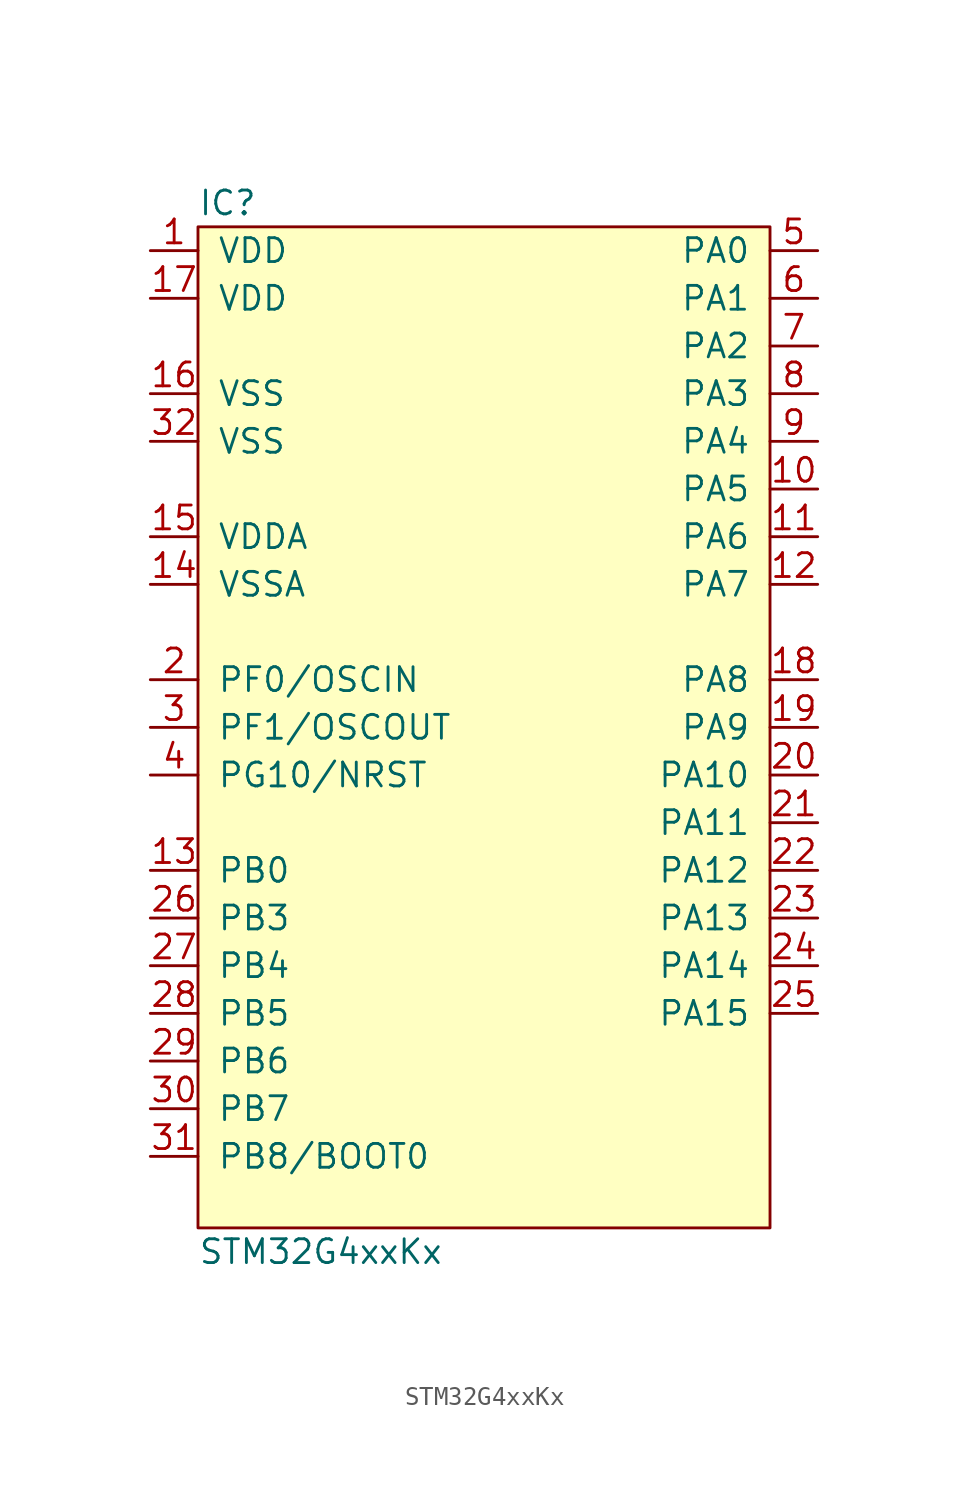
<source format=kicad_sym>
(kicad_symbol_lib
  (version 20211014)
  (generator agg_kicad.build_lib_ic)
  (symbol "STM32G4xxKx"
    (pin_names
      (offset 1.016))
    (property Reference IC
      (at -15.24 27.94 0)
      (effects (font (size 1.27 1.27)) (justify left)))
    (property Value "STM32G4xxKx"
      (at -15.24 -27.94 0)
      (effects (font (size 1.27 1.27)) (justify left)))
    (symbol "STM32G4xxKx_0_0"
      (rectangle (start -15.24 26.67) (end 15.24 -26.67) (stroke (width 0) (type default) (color 0 0 0 0)) (fill (type background)))
      (pin power_in line (at -17.78 25.4 0) (length 2.54) (name VDD (effects (font (size 1.27 1.27)))) (number "1" (effects (font (size 1.27 1.27)))))
      (pin power_in line (at -17.78 22.86 0) (length 2.54) (name VDD (effects (font (size 1.27 1.27)))) (number "17" (effects (font (size 1.27 1.27)))))
      (pin power_in line (at -17.78 17.78 0) (length 2.54) (name VSS (effects (font (size 1.27 1.27)))) (number "16" (effects (font (size 1.27 1.27)))))
      (pin power_in line (at -17.78 15.24 0) (length 2.54) (name VSS (effects (font (size 1.27 1.27)))) (number "32" (effects (font (size 1.27 1.27)))))
      (pin power_in line (at -17.78 10.16 0) (length 2.54) (name VDDA (effects (font (size 1.27 1.27)))) (number "15" (effects (font (size 1.27 1.27)))))
      (pin power_in line (at -17.78 7.62 0) (length 2.54) (name VSSA (effects (font (size 1.27 1.27)))) (number "14" (effects (font (size 1.27 1.27)))))
      (pin bidirectional line (at -17.78 2.54 0) (length 2.54) (name "PF0/OSCIN" (effects (font (size 1.27 1.27)))) (number "2" (effects (font (size 1.27 1.27)))))
      (pin bidirectional line (at -17.78 0 0) (length 2.54) (name "PF1/OSCOUT" (effects (font (size 1.27 1.27)))) (number "3" (effects (font (size 1.27 1.27)))))
      (pin bidirectional line (at -17.78 -2.54 0) (length 2.54) (name "PG10/NRST" (effects (font (size 1.27 1.27)))) (number "4" (effects (font (size 1.27 1.27)))))
      (pin bidirectional line (at -17.78 -7.62 0) (length 2.54) (name "PB0" (effects (font (size 1.27 1.27)))) (number "13" (effects (font (size 1.27 1.27)))))
      (pin bidirectional line (at -17.78 -10.16 0) (length 2.54) (name "PB3" (effects (font (size 1.27 1.27)))) (number "26" (effects (font (size 1.27 1.27)))))
      (pin bidirectional line (at -17.78 -12.7 0) (length 2.54) (name "PB4" (effects (font (size 1.27 1.27)))) (number "27" (effects (font (size 1.27 1.27)))))
      (pin bidirectional line (at -17.78 -15.24 0) (length 2.54) (name "PB5" (effects (font (size 1.27 1.27)))) (number "28" (effects (font (size 1.27 1.27)))))
      (pin bidirectional line (at -17.78 -17.78 0) (length 2.54) (name "PB6" (effects (font (size 1.27 1.27)))) (number "29" (effects (font (size 1.27 1.27)))))
      (pin bidirectional line (at -17.78 -20.32 0) (length 2.54) (name "PB7" (effects (font (size 1.27 1.27)))) (number "30" (effects (font (size 1.27 1.27)))))
      (pin bidirectional line (at -17.78 -22.86 0) (length 2.54) (name "PB8/BOOT0" (effects (font (size 1.27 1.27)))) (number "31" (effects (font (size 1.27 1.27)))))
      (pin bidirectional line (at 17.78 25.4 180) (length 2.54) (name "PA0" (effects (font (size 1.27 1.27)))) (number "5" (effects (font (size 1.27 1.27)))))
      (pin bidirectional line (at 17.78 22.86 180) (length 2.54) (name "PA1" (effects (font (size 1.27 1.27)))) (number "6" (effects (font (size 1.27 1.27)))))
      (pin bidirectional line (at 17.78 20.32 180) (length 2.54) (name "PA2" (effects (font (size 1.27 1.27)))) (number "7" (effects (font (size 1.27 1.27)))))
      (pin bidirectional line (at 17.78 17.78 180) (length 2.54) (name "PA3" (effects (font (size 1.27 1.27)))) (number "8" (effects (font (size 1.27 1.27)))))
      (pin bidirectional line (at 17.78 15.24 180) (length 2.54) (name "PA4" (effects (font (size 1.27 1.27)))) (number "9" (effects (font (size 1.27 1.27)))))
      (pin bidirectional line (at 17.78 12.7 180) (length 2.54) (name "PA5" (effects (font (size 1.27 1.27)))) (number "10" (effects (font (size 1.27 1.27)))))
      (pin bidirectional line (at 17.78 10.16 180) (length 2.54) (name "PA6" (effects (font (size 1.27 1.27)))) (number "11" (effects (font (size 1.27 1.27)))))
      (pin bidirectional line (at 17.78 7.62 180) (length 2.54) (name "PA7" (effects (font (size 1.27 1.27)))) (number "12" (effects (font (size 1.27 1.27)))))
      (pin bidirectional line (at 17.78 2.54 180) (length 2.54) (name "PA8" (effects (font (size 1.27 1.27)))) (number "18" (effects (font (size 1.27 1.27)))))
      (pin bidirectional line (at 17.78 0 180) (length 2.54) (name "PA9" (effects (font (size 1.27 1.27)))) (number "19" (effects (font (size 1.27 1.27)))))
      (pin bidirectional line (at 17.78 -2.54 180) (length 2.54) (name "PA10" (effects (font (size 1.27 1.27)))) (number "20" (effects (font (size 1.27 1.27)))))
      (pin bidirectional line (at 17.78 -5.08 180) (length 2.54) (name "PA11" (effects (font (size 1.27 1.27)))) (number "21" (effects (font (size 1.27 1.27)))))
      (pin bidirectional line (at 17.78 -7.62 180) (length 2.54) (name "PA12" (effects (font (size 1.27 1.27)))) (number "22" (effects (font (size 1.27 1.27)))))
      (pin bidirectional line (at 17.78 -10.16 180) (length 2.54) (name "PA13" (effects (font (size 1.27 1.27)))) (number "23" (effects (font (size 1.27 1.27)))))
      (pin bidirectional line (at 17.78 -12.7 180) (length 2.54) (name "PA14" (effects (font (size 1.27 1.27)))) (number "24" (effects (font (size 1.27 1.27)))))
      (pin bidirectional line (at 17.78 -15.24 180) (length 2.54) (name "PA15" (effects (font (size 1.27 1.27)))) (number "25" (effects (font (size 1.27 1.27))))))))
</source>
